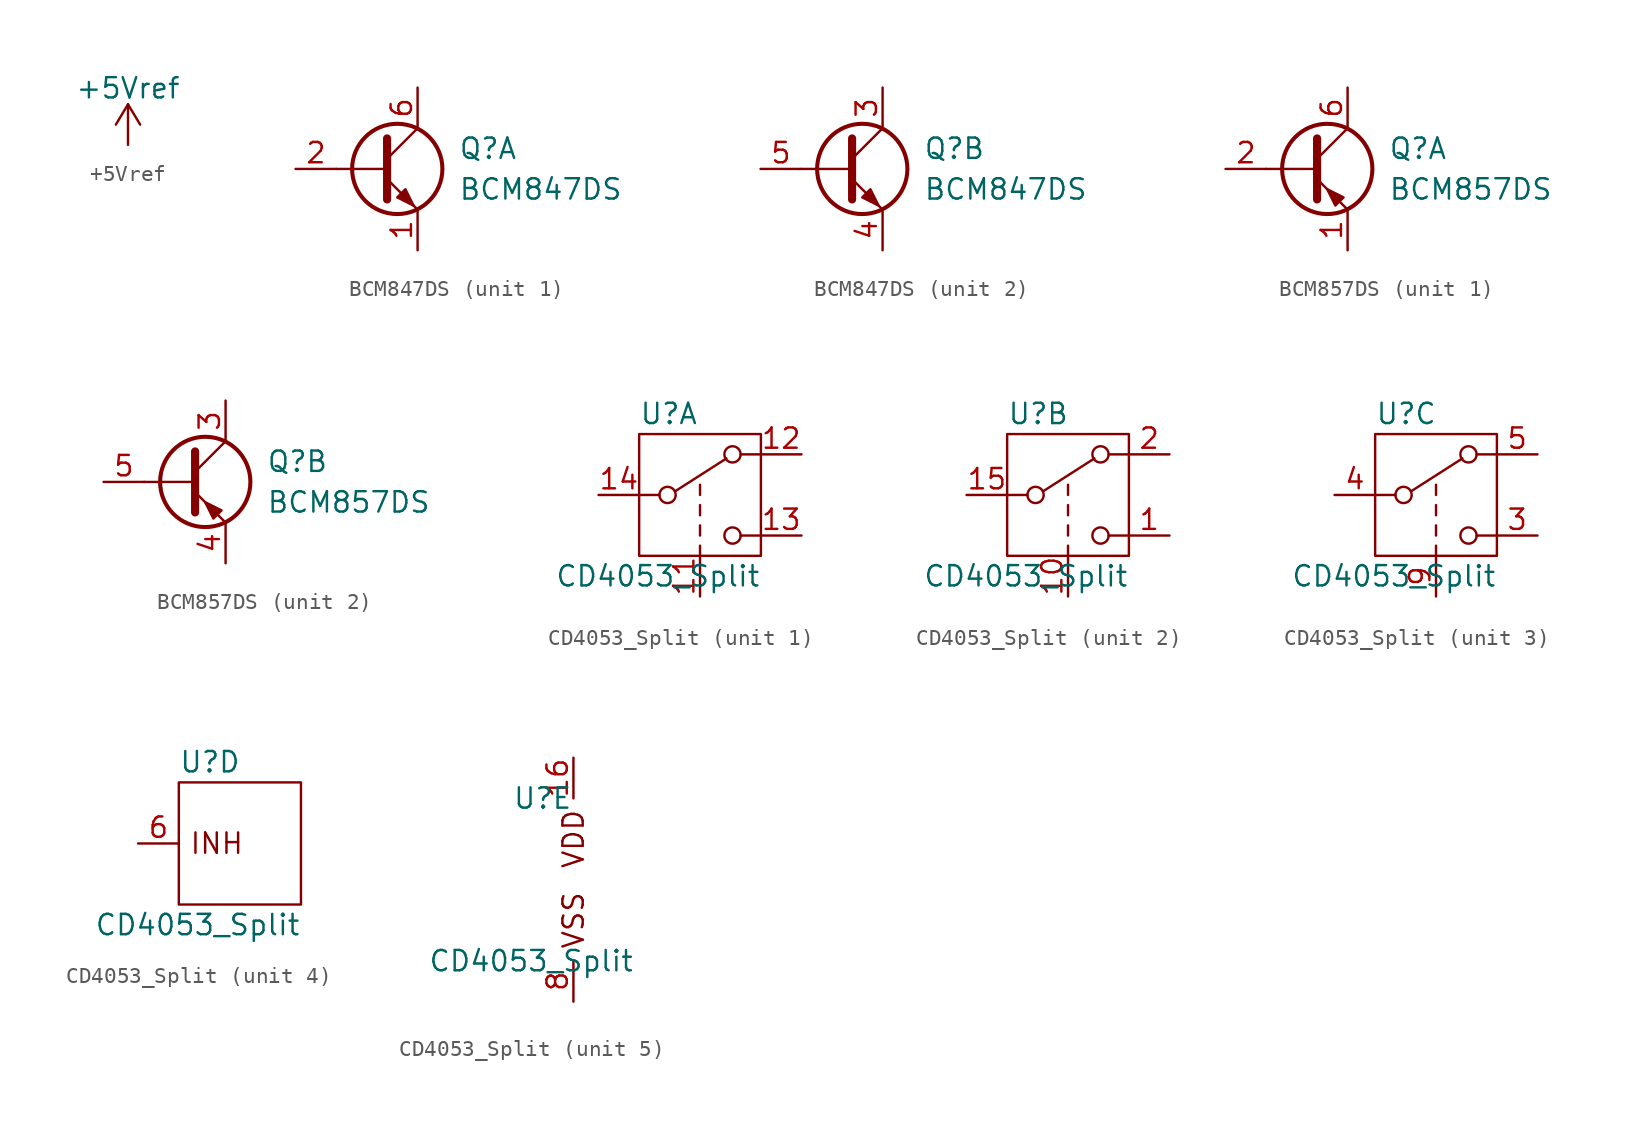
<source format=kicad_sym>
(kicad_symbol_lib
  (version 20231120)
  (generator "kicad_symbol_editor")
  (generator_version "8.0")
  (symbol "+5Vref"
    (power)
    (pin_names
      (offset 0))
    (property "Reference" "#PWR"
      (at 0 -3.81 0)
      (effects (font (size 1.27 1.27)) (hide yes)))
    (property "Value" "+5Vref"
      (at 0 3.556 0)
      (effects (font (size 1.27 1.27))))
    (symbol "+5Vref_0_1"
      (polyline (pts (xy -0.762 1.27) (xy 0 2.54)) (stroke (width 0) (type default)) (fill (type none)))
      (polyline (pts (xy 0 0) (xy 0 2.54)) (stroke (width 0) (type default)) (fill (type none)))
      (polyline (pts (xy 0 2.54) (xy 0.762 1.27)) (stroke (width 0) (type default)) (fill (type none))))
    (symbol "+5Vref_1_1"
      (pin power_in line (at 0 0 90) (length 0) hide (name "+5Vref" (effects (font (size 1.27 1.27)))) (number "1" (effects (font (size 1.27 1.27)))))))
  (symbol "BCM847DS"
    (pin_names
      (offset 0) hide)
    (property "Reference" "Q"
      (at 5.08 1.27 0)
      (effects (font (size 1.27 1.27)) (justify left)))
    (property "Value" "BCM847DS"
      (at 5.08 -1.27 0)
      (effects (font (size 1.27 1.27)) (justify left)))
    (property "ki_locked" ""
      (at 0 0 0)
      (effects (font (size 1.27 1.27))))
    (symbol "BCM847DS_0_1"
      (polyline (pts (xy 0.635 0) (xy -2.54 0)) (stroke (width 0) (type default)) (fill (type none)))
      (polyline (pts (xy 0.635 0.635) (xy 2.54 2.54)) (stroke (width 0) (type default)) (fill (type none)))
      (polyline (pts (xy 0.635 -0.635) (xy 2.54 -2.54) (xy 2.54 -2.54)) (stroke (width 0) (type default)) (fill (type none)))
      (polyline (pts (xy 0.635 1.905) (xy 0.635 -1.905) (xy 0.635 -1.905)) (stroke (width 0.508) (type default)) (fill (type none)))
      (polyline (pts (xy 1.27 -1.778) (xy 1.778 -1.27) (xy 2.286 -2.286) (xy 1.27 -1.778) (xy 1.27 -1.778)) (stroke (width 0) (type default)) (fill (type outline)))
      (circle (center 1.27 0) (radius 2.819) (stroke (width 0.254) (type default)) (fill (type none))))
    (symbol "BCM847DS_1_1"
      (pin passive line (at 2.54 -5.08 90) (length 2.54) (name "E1" (effects (font (size 1.27 1.27)))) (number "1" (effects (font (size 1.27 1.27)))))
      (pin input line (at -5.08 0 0) (length 2.54) (name "B1" (effects (font (size 1.27 1.27)))) (number "2" (effects (font (size 1.27 1.27)))))
      (pin passive line (at 2.54 5.08 270) (length 2.54) (name "C1" (effects (font (size 1.27 1.27)))) (number "6" (effects (font (size 1.27 1.27))))))
    (symbol "BCM847DS_2_1"
      (pin passive line (at 2.54 5.08 270) (length 2.54) (name "C2" (effects (font (size 1.27 1.27)))) (number "3" (effects (font (size 1.27 1.27)))))
      (pin passive line (at 2.54 -5.08 90) (length 2.54) (name "E2" (effects (font (size 1.27 1.27)))) (number "4" (effects (font (size 1.27 1.27)))))
      (pin input line (at -5.08 0 0) (length 2.54) (name "B2" (effects (font (size 1.27 1.27)))) (number "5" (effects (font (size 1.27 1.27)))))))
  (symbol "BCM857DS"
    (pin_names
      (offset 0) hide)
    (property "Reference" "Q"
      (at 5.08 1.27 0)
      (effects (font (size 1.27 1.27)) (justify left)))
    (property "Value" "BCM857DS"
      (at 5.08 -1.27 0)
      (effects (font (size 1.27 1.27)) (justify left)))
    (property "ki_locked" ""
      (at 0 0 0)
      (effects (font (size 1.27 1.27))))
    (symbol "BCM857DS_0_1"
      (polyline (pts (xy 0.635 0) (xy -2.54 0)) (stroke (width 0) (type default)) (fill (type none)))
      (polyline (pts (xy 0.635 0.635) (xy 2.54 2.54)) (stroke (width 0) (type default)) (fill (type none)))
      (polyline (pts (xy 0.635 -0.635) (xy 2.54 -2.54) (xy 2.54 -2.54)) (stroke (width 0) (type default)) (fill (type none)))
      (polyline (pts (xy 0.635 1.905) (xy 0.635 -1.905) (xy 0.635 -1.905)) (stroke (width 0.508) (type default)) (fill (type none)))
      (polyline (pts (xy 2.286 -1.778) (xy 1.778 -2.286) (xy 1.27 -1.27) (xy 2.286 -1.778) (xy 2.286 -1.778)) (stroke (width 0) (type default)) (fill (type outline)))
      (circle (center 1.27 0) (radius 2.819) (stroke (width 0.254) (type default)) (fill (type none))))
    (symbol "BCM857DS_1_1"
      (pin passive line (at 2.54 -5.08 90) (length 2.54) (name "E1" (effects (font (size 1.27 1.27)))) (number "1" (effects (font (size 1.27 1.27)))))
      (pin input line (at -5.08 0 0) (length 2.54) (name "B1" (effects (font (size 1.27 1.27)))) (number "2" (effects (font (size 1.27 1.27)))))
      (pin passive line (at 2.54 5.08 270) (length 2.54) (name "C1" (effects (font (size 1.27 1.27)))) (number "6" (effects (font (size 1.27 1.27))))))
    (symbol "BCM857DS_2_1"
      (pin passive line (at 2.54 5.08 270) (length 2.54) (name "C2" (effects (font (size 1.27 1.27)))) (number "3" (effects (font (size 1.27 1.27)))))
      (pin passive line (at 2.54 -5.08 90) (length 2.54) (name "E2" (effects (font (size 1.27 1.27)))) (number "4" (effects (font (size 1.27 1.27)))))
      (pin input line (at -5.08 0 0) (length 2.54) (name "B2" (effects (font (size 1.27 1.27)))) (number "5" (effects (font (size 1.27 1.27)))))))
  (symbol "CD4053_Split"
    (pin_names
      (offset 0) hide)
    (property "Reference" "U"
      (at -3.81 5.08 0)
      (effects (font (size 1.27 1.27)) (justify left)))
    (property "Value" "CD4053_Split"
      (at 3.81 -5.08 0)
      (effects (font (size 1.27 1.27)) (justify right)))
    (property "ki_locked" ""
      (at 0 0 0)
      (effects (font (size 1.27 1.27))))
    (symbol "CD4053_Split_1_0"
      (circle (center -2.032 0) (radius 0.508) (stroke (width 0) (type default)) (fill (type none)))
      (circle (center 2.032 -2.54) (radius 0.508) (stroke (width 0) (type default)) (fill (type none))))
    (symbol "CD4053_Split_1_1"
      (rectangle (start -3.81 3.81) (end 3.81 -3.81) (stroke (width 0.152) (type default)) (fill (type none)))
      (polyline (pts (xy -3.81 0) (xy -2.54 0)) (stroke (width 0.152) (type default)) (fill (type none)))
      (polyline (pts (xy -1.524 0.254) (xy 1.651 2.286)) (stroke (width 0) (type default)) (fill (type none)))
      (polyline (pts (xy 0 -3.81) (xy 0 -3.175)) (stroke (width 0.152) (type default)) (fill (type none)))
      (polyline (pts (xy 0 -2.54) (xy 0 -1.905)) (stroke (width 0.152) (type default)) (fill (type none)))
      (polyline (pts (xy 0 -1.27) (xy 0 -0.635)) (stroke (width 0.152) (type default)) (fill (type none)))
      (polyline (pts (xy 0 0) (xy 0 0.635)) (stroke (width 0.152) (type default)) (fill (type none)))
      (polyline (pts (xy 2.54 -2.54) (xy 3.81 -2.54)) (stroke (width 0.152) (type default)) (fill (type none)))
      (polyline (pts (xy 2.54 2.54) (xy 3.81 2.54)) (stroke (width 0.152) (type default)) (fill (type none)))
      (circle (center 2.032 2.54) (radius 0.508) (stroke (width 0) (type default)) (fill (type none)))
      (pin input line (at 0 -6.35 90) (length 2.54) (name "A" (effects (font (size 1.27 1.27)))) (number "11" (effects (font (size 1.27 1.27)))))
      (pin passive line (at 6.35 2.54 180) (length 2.54) (name "AX" (effects (font (size 1.27 1.27)))) (number "12" (effects (font (size 1.27 1.27)))))
      (pin passive line (at 6.35 -2.54 180) (length 2.54) (name "AY" (effects (font (size 1.27 1.27)))) (number "13" (effects (font (size 1.27 1.27)))))
      (pin passive line (at -6.35 0 0) (length 2.54) (name "AXY" (effects (font (size 1.27 1.27)))) (number "14" (effects (font (size 1.27 1.27))))))
    (symbol "CD4053_Split_2_0"
      (circle (center -2.032 0) (radius 0.508) (stroke (width 0) (type default)) (fill (type none)))
      (circle (center 2.032 -2.54) (radius 0.508) (stroke (width 0) (type default)) (fill (type none))))
    (symbol "CD4053_Split_2_1"
      (rectangle (start -3.81 3.81) (end 3.81 -3.81) (stroke (width 0.152) (type default)) (fill (type none)))
      (polyline (pts (xy -3.81 0) (xy -2.54 0)) (stroke (width 0.152) (type default)) (fill (type none)))
      (polyline (pts (xy -1.524 0.254) (xy 1.651 2.286)) (stroke (width 0) (type default)) (fill (type none)))
      (polyline (pts (xy 0 -3.81) (xy 0 -3.175)) (stroke (width 0.152) (type default)) (fill (type none)))
      (polyline (pts (xy 0 -2.54) (xy 0 -1.905)) (stroke (width 0.152) (type default)) (fill (type none)))
      (polyline (pts (xy 0 -1.27) (xy 0 -0.635)) (stroke (width 0.152) (type default)) (fill (type none)))
      (polyline (pts (xy 0 0) (xy 0 0.635)) (stroke (width 0.152) (type default)) (fill (type none)))
      (polyline (pts (xy 2.54 -2.54) (xy 3.81 -2.54)) (stroke (width 0.152) (type default)) (fill (type none)))
      (polyline (pts (xy 2.54 2.54) (xy 3.81 2.54)) (stroke (width 0.152) (type default)) (fill (type none)))
      (circle (center 2.032 2.54) (radius 0.508) (stroke (width 0) (type default)) (fill (type none)))
      (pin passive line (at 6.35 -2.54 180) (length 2.54) (name "BY" (effects (font (size 1.27 1.27)))) (number "1" (effects (font (size 1.27 1.27)))))
      (pin input line (at 0 -6.35 90) (length 2.54) (name "B" (effects (font (size 1.27 1.27)))) (number "10" (effects (font (size 1.27 1.27)))))
      (pin passive line (at -6.35 0 0) (length 2.54) (name "BXY" (effects (font (size 1.27 1.27)))) (number "15" (effects (font (size 1.27 1.27)))))
      (pin passive line (at 6.35 2.54 180) (length 2.54) (name "BX" (effects (font (size 1.27 1.27)))) (number "2" (effects (font (size 1.27 1.27))))))
    (symbol "CD4053_Split_3_0"
      (circle (center -2.032 0) (radius 0.508) (stroke (width 0) (type default)) (fill (type none)))
      (circle (center 2.032 -2.54) (radius 0.508) (stroke (width 0) (type default)) (fill (type none))))
    (symbol "CD4053_Split_3_1"
      (rectangle (start -3.81 3.81) (end 3.81 -3.81) (stroke (width 0.152) (type default)) (fill (type none)))
      (polyline (pts (xy -3.81 0) (xy -2.54 0)) (stroke (width 0.152) (type default)) (fill (type none)))
      (polyline (pts (xy -1.524 0.254) (xy 1.651 2.286)) (stroke (width 0) (type default)) (fill (type none)))
      (polyline (pts (xy 0 -3.81) (xy 0 -3.175)) (stroke (width 0.152) (type default)) (fill (type none)))
      (polyline (pts (xy 0 -2.54) (xy 0 -1.905)) (stroke (width 0.152) (type default)) (fill (type none)))
      (polyline (pts (xy 0 -1.27) (xy 0 -0.635)) (stroke (width 0.152) (type default)) (fill (type none)))
      (polyline (pts (xy 0 0) (xy 0 0.635)) (stroke (width 0.152) (type default)) (fill (type none)))
      (polyline (pts (xy 2.54 -2.54) (xy 3.81 -2.54)) (stroke (width 0.152) (type default)) (fill (type none)))
      (polyline (pts (xy 2.54 2.54) (xy 3.81 2.54)) (stroke (width 0.152) (type default)) (fill (type none)))
      (circle (center 2.032 2.54) (radius 0.508) (stroke (width 0) (type default)) (fill (type none)))
      (pin passive line (at 6.35 -2.54 180) (length 2.54) (name "CY" (effects (font (size 1.27 1.27)))) (number "3" (effects (font (size 1.27 1.27)))))
      (pin passive line (at -6.35 0 0) (length 2.54) (name "CXY" (effects (font (size 1.27 1.27)))) (number "4" (effects (font (size 1.27 1.27)))))
      (pin passive line (at 6.35 2.54 180) (length 2.54) (name "CX" (effects (font (size 1.27 1.27)))) (number "5" (effects (font (size 1.27 1.27)))))
      (pin input line (at 0 -6.35 90) (length 2.54) (name "C" (effects (font (size 1.27 1.27)))) (number "9" (effects (font (size 1.27 1.27))))))
    (symbol "CD4053_Split_4_1"
      (rectangle (start -3.81 3.81) (end 3.81 -3.81) (stroke (width 0.152) (type default)) (fill (type none)))
      (text "INH" (at -3.175 0 0) (effects (font (size 1.27 1.27)) (justify left)))
      (pin passive line (at -6.35 0 0) (length 2.54) (name "INH" (effects (font (size 1.27 1.27)))) (number "6" (effects (font (size 1.27 1.27))))))
    (symbol "CD4053_Split_5_1"
      (text "VDD" (at 0 2.54 900) (effects (font (size 1.27 1.27))))
      (text "VSS" (at 0 -2.54 900) (effects (font (size 1.27 1.27))))
      (pin power_in line (at 0 7.62 270) (length 2.54) (name "VDD" (effects (font (size 1.27 1.27)))) (number "16" (effects (font (size 1.27 1.27)))))
      (pin power_in line (at 0 -7.62 90) (length 2.54) hide (name "VEE" (effects (font (size 1.27 1.27)))) (number "7" (effects (font (size 1.27 1.27)))))
      (pin power_in line (at 0 -7.62 90) (length 2.54) (name "VSS" (effects (font (size 1.27 1.27)))) (number "8" (effects (font (size 1.27 1.27))))))))
</source>
